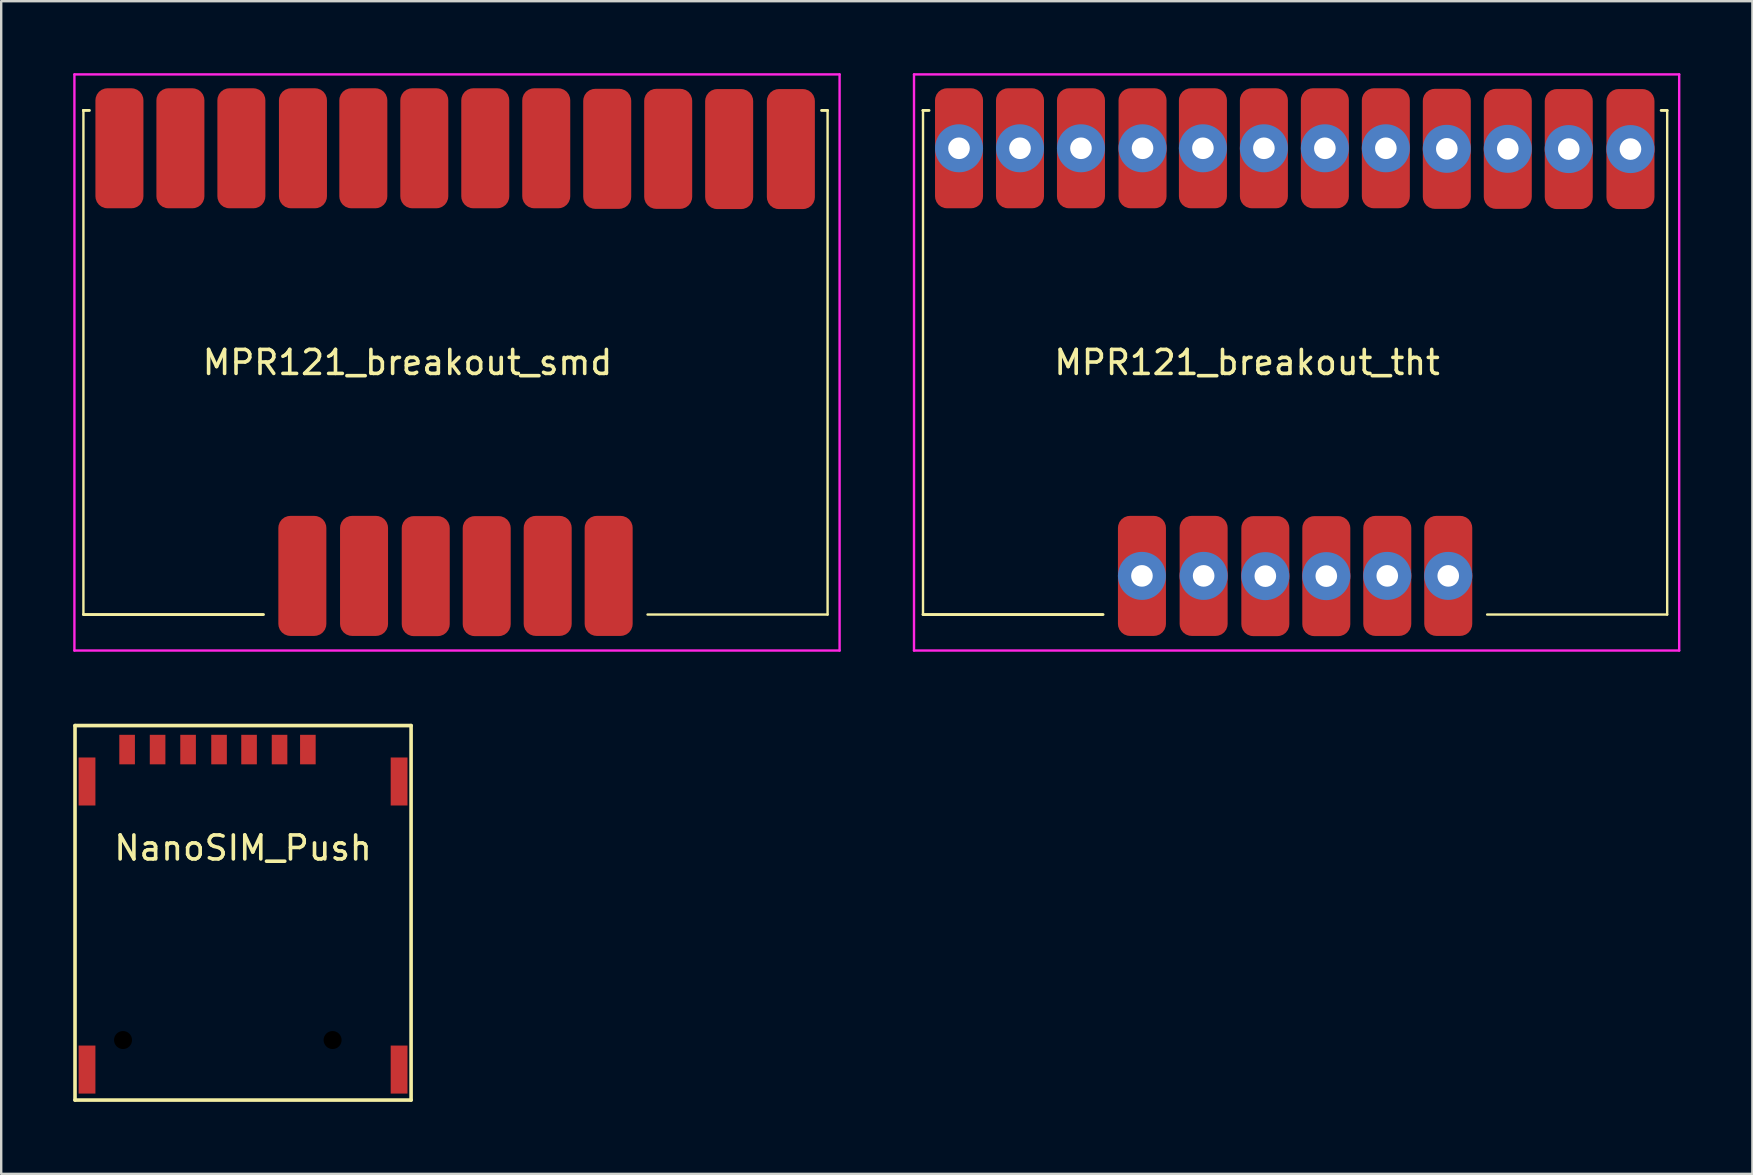
<source format=kicad_pcb>
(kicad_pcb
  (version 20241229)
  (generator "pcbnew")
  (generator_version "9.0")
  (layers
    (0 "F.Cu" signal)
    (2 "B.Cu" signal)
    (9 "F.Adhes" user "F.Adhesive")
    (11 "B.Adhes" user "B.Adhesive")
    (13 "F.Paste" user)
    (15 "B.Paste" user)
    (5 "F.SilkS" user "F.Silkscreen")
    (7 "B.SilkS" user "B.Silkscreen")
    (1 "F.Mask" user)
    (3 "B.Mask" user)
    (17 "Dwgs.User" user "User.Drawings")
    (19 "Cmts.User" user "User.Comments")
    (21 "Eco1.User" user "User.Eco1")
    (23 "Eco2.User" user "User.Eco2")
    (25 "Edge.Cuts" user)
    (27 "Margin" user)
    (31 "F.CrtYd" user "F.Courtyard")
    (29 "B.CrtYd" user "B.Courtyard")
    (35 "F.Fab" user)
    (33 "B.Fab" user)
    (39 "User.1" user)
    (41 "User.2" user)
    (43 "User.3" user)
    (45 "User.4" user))
  (footprint "MPR121_breakout_smd"
    (layer "F.Cu")
    (at 15.925 12.05)
    (property "Reference" "MPR121_breakout_smd" (at -2 0 0) (unlocked yes) (layer "F.SilkS") (effects (font (size 1 1) (thickness 0.15))))
    (attr smd)
    (fp_line (start -15.5 -10.5) (end -15.5 -10.5) (stroke (width 0.12) (type solid)) (layer "F.SilkS"))
    (fp_line (start -15.5 -10.5) (end -15.5 10.5) (stroke (width 0.1) (type solid)) (layer "F.SilkS"))
    (fp_line (start -15.5 -10.5) (end -15.25 -10.5) (stroke (width 0.12) (type solid)) (layer "F.SilkS"))
    (fp_line (start -15.5 10.5) (end -8 10.5) (stroke (width 0.12) (type solid)) (layer "F.SilkS"))
    (fp_line (start 8 10.5) (end 15.5 10.5) (stroke (width 0.1) (type solid)) (layer "F.SilkS"))
    (fp_line (start 15.5 -10.5) (end 15.25 -10.5) (stroke (width 0.12) (type solid)) (layer "F.SilkS"))
    (fp_line (start 15.5 10.5) (end 15.5 -10.5) (stroke (width 0.1) (type solid)) (layer "F.SilkS"))
    (fp_line (start -15.875 -12) (end -15.875 12) (stroke (width 0.1) (type solid)) (layer "F.CrtYd"))
    (fp_line (start -15.875 12) (end 16 12) (stroke (width 0.1) (type solid)) (layer "F.CrtYd"))
    (fp_line (start 16 -12) (end -15.875 -12) (stroke (width 0.1) (type solid)) (layer "F.CrtYd"))
    (fp_line (start 16 12) (end 16 -12) (stroke (width 0.1) (type solid)) (layer "F.CrtYd"))
    (pad "1" smd roundrect (at 13.97 -8.89 270) (size 5 2) (layers "F.Cu" "F.Mask" "F.Paste") (roundrect_rratio 0.25))
    (pad "2" smd roundrect (at 11.4 -8.89 270) (size 5 2) (layers "F.Cu" "F.Mask" "F.Paste") (roundrect_rratio 0.25))
    (pad "3" smd roundrect (at 8.86 -8.9 270) (size 5 2) (layers "F.Cu" "F.Mask" "F.Paste") (roundrect_rratio 0.25))
    (pad "4" smd roundrect (at 6.32 -8.9 270) (size 5 2) (layers "F.Cu" "F.Mask" "F.Paste") (roundrect_rratio 0.25))
    (pad "5" smd roundrect (at 3.78 -8.923 270) (size 5 2) (layers "F.Cu" "F.Mask" "F.Paste") (roundrect_rratio 0.25))
    (pad "6" smd roundrect (at 1.24 -8.923 270) (size 5 2) (layers "F.Cu" "F.Mask" "F.Paste") (roundrect_rratio 0.25))
    (pad "7" smd roundrect (at -1.3 -8.923 270) (size 5 2) (layers "F.Cu" "F.Mask" "F.Paste") (roundrect_rratio 0.25))
    (pad "8" smd roundrect (at -3.84 -8.923 270) (size 5 2) (layers "F.Cu" "F.Mask" "F.Paste") (roundrect_rratio 0.25))
    (pad "9" smd roundrect (at -6.355 -8.923 90) (size 5 2) (layers "F.Cu" "F.Mask" "F.Paste") (roundrect_rratio 0.25))
    (pad "10" smd roundrect (at -8.92 -8.923 90) (size 5 2) (layers "F.Cu" "F.Mask" "F.Paste") (roundrect_rratio 0.25))
    (pad "11" smd roundrect (at -11.46 -8.923 90) (size 5 2) (layers "F.Cu" "F.Mask" "F.Paste") (roundrect_rratio 0.25))
    (pad "12" smd roundrect (at -14 -8.923 90) (size 5 2) (layers "F.Cu" "F.Mask" "F.Paste") (roundrect_rratio 0.25))
    (pad "13" smd roundrect (at -6.38 8.89 90) (size 5 2) (layers "F.Cu" "F.Mask" "F.Paste") (roundrect_rratio 0.25))
    (pad "14" smd roundrect (at -3.81 8.89 90) (size 5 2) (layers "F.Cu" "F.Mask" "F.Paste") (roundrect_rratio 0.25))
    (pad "15" smd roundrect (at -1.24 8.9 90) (size 5 2) (layers "F.Cu" "F.Mask" "F.Paste") (roundrect_rratio 0.25))
    (pad "16" smd roundrect (at 1.3 8.9 90) (size 5 2) (layers "F.Cu" "F.Mask" "F.Paste") (roundrect_rratio 0.25))
    (pad "17" smd roundrect (at 3.84 8.89 90) (size 5 2) (layers "F.Cu" "F.Mask" "F.Paste") (roundrect_rratio 0.25))
    (pad "18" smd roundrect (at 6.38 8.89 90) (size 5 2) (layers "F.Cu" "F.Mask" "F.Paste") (roundrect_rratio 0.25)))
  (footprint "NanoSIM_Push"
    (layer "F.Cu")
    (at 7.075 28.275)
    (property "Reference" "NanoSIM_Push" (at 0 4 0) (layer "F.SilkS") (effects (font (size 1 1) (thickness 0.15))))
    (attr through_hole)
    (fp_line (start -7 -1.1) (end 7 -1.1) (stroke (width 0.15) (type solid)) (layer "F.SilkS"))
    (fp_line (start -7 14.5) (end -7 -1.1) (stroke (width 0.15) (type solid)) (layer "F.SilkS"))
    (fp_line (start 7 -1.1) (end 7 14.5) (stroke (width 0.15) (type solid)) (layer "F.SilkS"))
    (fp_line (start 7 14.5) (end -7 14.5) (stroke (width 0.15) (type solid)) (layer "F.SilkS"))
    (pad "" smd rect (at -6.5 1.23) (size 0.7 2) (layers "F.Cu" "F.Mask" "F.Paste"))
    (pad "" smd rect (at -6.5 13.23) (size 0.7 2) (layers "F.Cu" "F.Mask" "F.Paste"))
    (pad "" np_thru_hole circle (at -5 12) (size 0.75 0.75) (drill 0.75) (layers "*.Mask"))
    (pad "" np_thru_hole circle (at 3.73 12) (size 0.75 0.75) (drill 0.75) (layers "*.Mask"))
    (pad "" smd rect (at 6.5 1.23) (size 0.7 2) (layers "F.Cu" "F.Mask" "F.Paste"))
    (pad "" smd rect (at 6.5 13.23) (size 0.7 2) (layers "F.Cu" "F.Mask" "F.Paste"))
    (pad "1" smd rect (at 0.25 -0.1) (size 0.65 1.23) (layers "F.Cu" "F.Mask" "F.Paste"))
    (pad "2" smd rect (at -2.29 -0.1) (size 0.65 1.23) (layers "F.Cu" "F.Mask" "F.Paste"))
    (pad "3" smd rect (at -4.83 -0.1) (size 0.65 1.23) (layers "F.Cu" "F.Mask" "F.Paste"))
    (pad "5" smd rect (at 1.52 -0.1) (size 0.65 1.23) (layers "F.Cu" "F.Mask" "F.Paste"))
    (pad "6" smd rect (at -1 -0.1) (size 0.65 1.23) (layers "F.Cu" "F.Mask" "F.Paste"))
    (pad "7" smd rect (at -3.56 -0.1) (size 0.65 1.23) (layers "F.Cu" "F.Mask" "F.Paste"))
    (pad "9" smd rect (at 2.7 -0.1) (size 0.65 1.23) (layers "F.Cu" "F.Mask" "F.Paste")))
  (footprint "MPR121_breakout_tht"
    (layer "F.Cu")
    (at 50.9 12.05)
    (property "Reference" "MPR121_breakout_tht" (at -2 0 0) (unlocked yes) (layer "F.SilkS") (effects (font (size 1 1) (thickness 0.15))))
    (attr smd)
    (fp_line (start -15.5 -10.5) (end -15.5 -10.5) (stroke (width 0.12) (type solid)) (layer "F.SilkS"))
    (fp_line (start -15.5 -10.5) (end -15.5 10.5) (stroke (width 0.1) (type solid)) (layer "F.SilkS"))
    (fp_line (start -15.5 -10.5) (end -15.25 -10.5) (stroke (width 0.12) (type solid)) (layer "F.SilkS"))
    (fp_line (start -15.5 10.5) (end -8 10.5) (stroke (width 0.12) (type solid)) (layer "F.SilkS"))
    (fp_line (start 8 10.5) (end 15.5 10.5) (stroke (width 0.1) (type solid)) (layer "F.SilkS"))
    (fp_line (start 15.5 -10.5) (end 15.25 -10.5) (stroke (width 0.12) (type solid)) (layer "F.SilkS"))
    (fp_line (start 15.5 10.5) (end 15.5 -10.5) (stroke (width 0.1) (type solid)) (layer "F.SilkS"))
    (fp_line (start -15.875 -12) (end -15.875 12) (stroke (width 0.1) (type solid)) (layer "F.CrtYd"))
    (fp_line (start -15.875 12) (end 16 12) (stroke (width 0.1) (type solid)) (layer "F.CrtYd"))
    (fp_line (start 16 -12) (end -15.875 -12) (stroke (width 0.1) (type solid)) (layer "F.CrtYd"))
    (fp_line (start 16 12) (end 16 -12) (stroke (width 0.1) (type solid)) (layer "F.CrtYd"))
    (pad "1" thru_hole oval (at 13.97 -8.89 270) (size 2 2) (drill 0.9) (layers "*.Cu" "*.Mask"))
    (pad "1" smd roundrect (at 13.97 -8.89 270) (size 5 2) (layers "F.Cu" "F.Mask" "F.Paste") (roundrect_rratio 0.25))
    (pad "2" thru_hole oval (at 11.4 -8.89 270) (size 2 2) (drill 0.9) (layers "*.Cu" "*.Mask"))
    (pad "2" smd roundrect (at 11.4 -8.89 270) (size 5 2) (layers "F.Cu" "F.Mask" "F.Paste") (roundrect_rratio 0.25))
    (pad "3" thru_hole oval (at 8.86 -8.9 270) (size 2 2) (drill 0.9) (layers "*.Cu" "*.Mask"))
    (pad "3" smd roundrect (at 8.86 -8.9 270) (size 5 2) (layers "F.Cu" "F.Mask" "F.Paste") (roundrect_rratio 0.25))
    (pad "4" thru_hole oval (at 6.32 -8.9 270) (size 2 2) (drill 0.9) (layers "*.Cu" "*.Mask"))
    (pad "4" smd roundrect (at 6.32 -8.9 270) (size 5 2) (layers "F.Cu" "F.Mask" "F.Paste") (roundrect_rratio 0.25))
    (pad "5" thru_hole oval (at 3.78 -8.923 270) (size 2 2) (drill 0.9) (layers "*.Cu" "*.Mask"))
    (pad "5" smd roundrect (at 3.78 -8.923 270) (size 5 2) (layers "F.Cu" "F.Mask" "F.Paste") (roundrect_rratio 0.25))
    (pad "6" thru_hole oval (at 1.24 -8.923 270) (size 2 2) (drill 0.9) (layers "*.Cu" "*.Mask"))
    (pad "6" smd roundrect (at 1.24 -8.923 270) (size 5 2) (layers "F.Cu" "F.Mask" "F.Paste") (roundrect_rratio 0.25))
    (pad "7" thru_hole oval (at -1.3 -8.923 270) (size 2 2) (drill 0.9) (layers "*.Cu" "*.Mask"))
    (pad "7" smd roundrect (at -1.3 -8.923 270) (size 5 2) (layers "F.Cu" "F.Mask" "F.Paste") (roundrect_rratio 0.25))
    (pad "8" thru_hole oval (at -3.84 -8.923 270) (size 2 2) (drill 0.9) (layers "*.Cu" "*.Mask"))
    (pad "8" smd roundrect (at -3.84 -8.923 270) (size 5 2) (layers "F.Cu" "F.Mask" "F.Paste") (roundrect_rratio 0.25))
    (pad "9" thru_hole oval (at -6.355 -8.923 90) (size 2 2) (drill 0.9) (layers "*.Cu" "*.Mask"))
    (pad "9" smd roundrect (at -6.355 -8.923 90) (size 5 2) (layers "F.Cu" "F.Mask" "F.Paste") (roundrect_rratio 0.25))
    (pad "10" thru_hole oval (at -8.92 -8.923 90) (size 2 2) (drill 0.9) (layers "*.Cu" "*.Mask"))
    (pad "10" smd roundrect (at -8.92 -8.923 90) (size 5 2) (layers "F.Cu" "F.Mask" "F.Paste") (roundrect_rratio 0.25))
    (pad "11" thru_hole oval (at -11.46 -8.923 90) (size 2 2) (drill 0.9) (layers "*.Cu" "*.Mask"))
    (pad "11" smd roundrect (at -11.46 -8.923 90) (size 5 2) (layers "F.Cu" "F.Mask" "F.Paste") (roundrect_rratio 0.25))
    (pad "12" thru_hole oval (at -14 -8.923 90) (size 2 2) (drill 0.9) (layers "*.Cu" "*.Mask"))
    (pad "12" smd roundrect (at -14 -8.923 90) (size 5 2) (layers "F.Cu" "F.Mask" "F.Paste") (roundrect_rratio 0.25))
    (pad "13" thru_hole oval (at -6.38 8.89 90) (size 2 2) (drill 0.9) (layers "*.Cu" "*.Mask"))
    (pad "13" smd roundrect (at -6.38 8.89 90) (size 5 2) (layers "F.Cu" "F.Mask" "F.Paste") (roundrect_rratio 0.25))
    (pad "14" thru_hole oval (at -3.81 8.89 90) (size 2 2) (drill 0.9) (layers "*.Cu" "*.Mask"))
    (pad "14" smd roundrect (at -3.81 8.89 90) (size 5 2) (layers "F.Cu" "F.Mask" "F.Paste") (roundrect_rratio 0.25))
    (pad "15" thru_hole oval (at -1.24 8.9 90) (size 2 2) (drill 0.9) (layers "*.Cu" "*.Mask"))
    (pad "15" smd roundrect (at -1.24 8.9 90) (size 5 2) (layers "F.Cu" "F.Mask" "F.Paste") (roundrect_rratio 0.25))
    (pad "16" thru_hole oval (at 1.3 8.9 90) (size 2 2) (drill 0.9) (layers "*.Cu" "*.Mask"))
    (pad "16" smd roundrect (at 1.3 8.9 90) (size 5 2) (layers "F.Cu" "F.Mask" "F.Paste") (roundrect_rratio 0.25))
    (pad "17" thru_hole oval (at 3.84 8.89 90) (size 2 2) (drill 0.9) (layers "*.Cu" "*.Mask"))
    (pad "17" smd roundrect (at 3.84 8.89 90) (size 5 2) (layers "F.Cu" "F.Mask" "F.Paste") (roundrect_rratio 0.25))
    (pad "18" thru_hole oval (at 6.38 8.89 90) (size 2 2) (drill 0.9) (layers "*.Cu" "*.Mask"))
    (pad "18" smd roundrect (at 6.38 8.89 90) (size 5 2) (layers "F.Cu" "F.Mask" "F.Paste") (roundrect_rratio 0.25)))
  (gr_rect
    (start -3 -3)
    (end 69.95 45.85)
    (stroke (width 0.1) (type default))
    (fill no)
    (layer "Edge.Cuts")))
</source>
